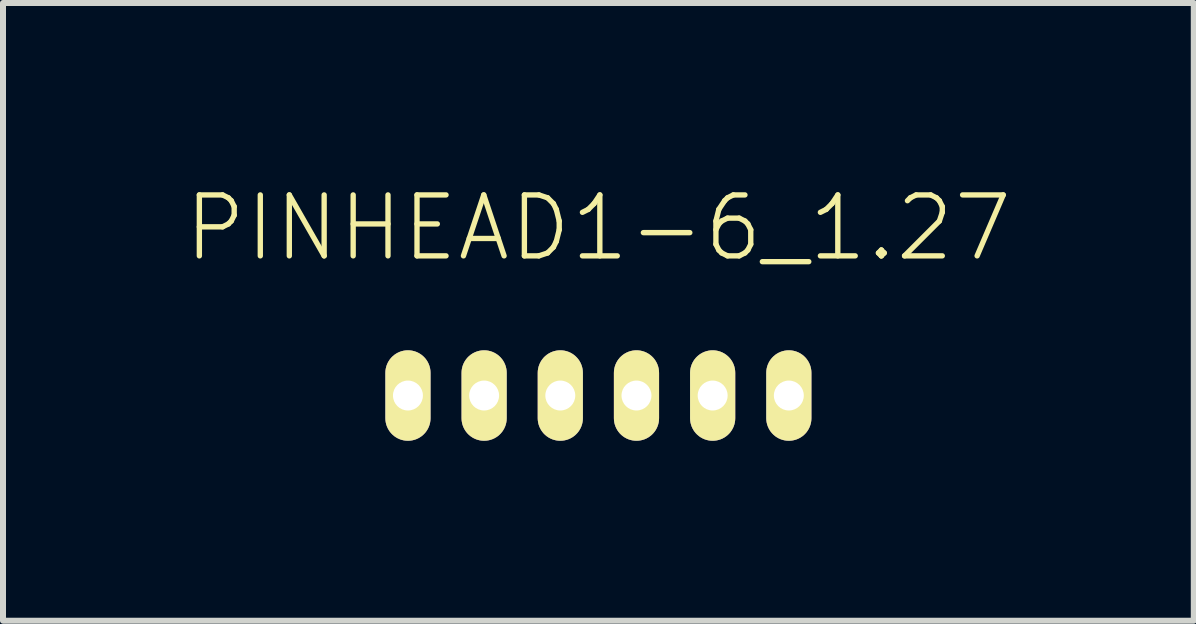
<source format=kicad_pcb>
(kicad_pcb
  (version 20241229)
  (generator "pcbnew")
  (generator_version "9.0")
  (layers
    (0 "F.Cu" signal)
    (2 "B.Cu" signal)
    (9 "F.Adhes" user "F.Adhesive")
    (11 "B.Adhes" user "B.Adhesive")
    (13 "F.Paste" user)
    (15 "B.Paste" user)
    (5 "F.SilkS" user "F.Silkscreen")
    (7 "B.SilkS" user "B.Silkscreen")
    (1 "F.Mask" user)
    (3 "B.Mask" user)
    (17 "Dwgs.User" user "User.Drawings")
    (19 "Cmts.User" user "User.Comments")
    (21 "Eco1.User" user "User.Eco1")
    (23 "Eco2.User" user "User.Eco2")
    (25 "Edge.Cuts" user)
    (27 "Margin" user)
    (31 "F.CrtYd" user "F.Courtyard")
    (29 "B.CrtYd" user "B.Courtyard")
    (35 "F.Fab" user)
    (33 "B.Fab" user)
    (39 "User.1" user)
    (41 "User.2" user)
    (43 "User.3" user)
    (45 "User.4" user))
  (footprint "PINHEAD1-6_1.27"
    (layer "F.Cu")
    (at 6.926 3.544)
    (property "Reference" "PINHEAD1-6_1.27" (at 0 -2.794 0) (layer "F.SilkS") (effects (font (size 1.016 1.016) (thickness 0.089))))
    (attr exclude_from_pos_files exclude_from_bom)
    (pad "1" thru_hole oval (at -3.175 0) (size 0.753 1.508) (drill 0.499) (layers "*.Cu" "F.Mask" "F.SilkS" "F.Paste"))
    (pad "2" thru_hole oval (at -1.905 0) (size 0.753 1.508) (drill 0.499) (layers "*.Cu" "F.Mask" "F.SilkS" "F.Paste"))
    (pad "3" thru_hole oval (at -0.635 0) (size 0.753 1.508) (drill 0.499) (layers "*.Cu" "F.Mask" "F.SilkS" "F.Paste"))
    (pad "4" thru_hole oval (at 0.635 0) (size 0.753 1.508) (drill 0.499) (layers "*.Cu" "F.Mask" "F.SilkS" "F.Paste"))
    (pad "5" thru_hole oval (at 1.905 0) (size 0.753 1.508) (drill 0.499) (layers "*.Cu" "F.Mask" "F.SilkS" "F.Paste"))
    (pad "6" thru_hole oval (at 3.175 0) (size 0.753 1.508) (drill 0.499) (layers "*.Cu" "F.Mask" "F.SilkS" "F.Paste")))
  (gr_rect
    (start -3 -3)
    (end 16.852 7.298)
    (stroke (width 0.1) (type default))
    (fill no)
    (layer "Edge.Cuts")))
</source>
